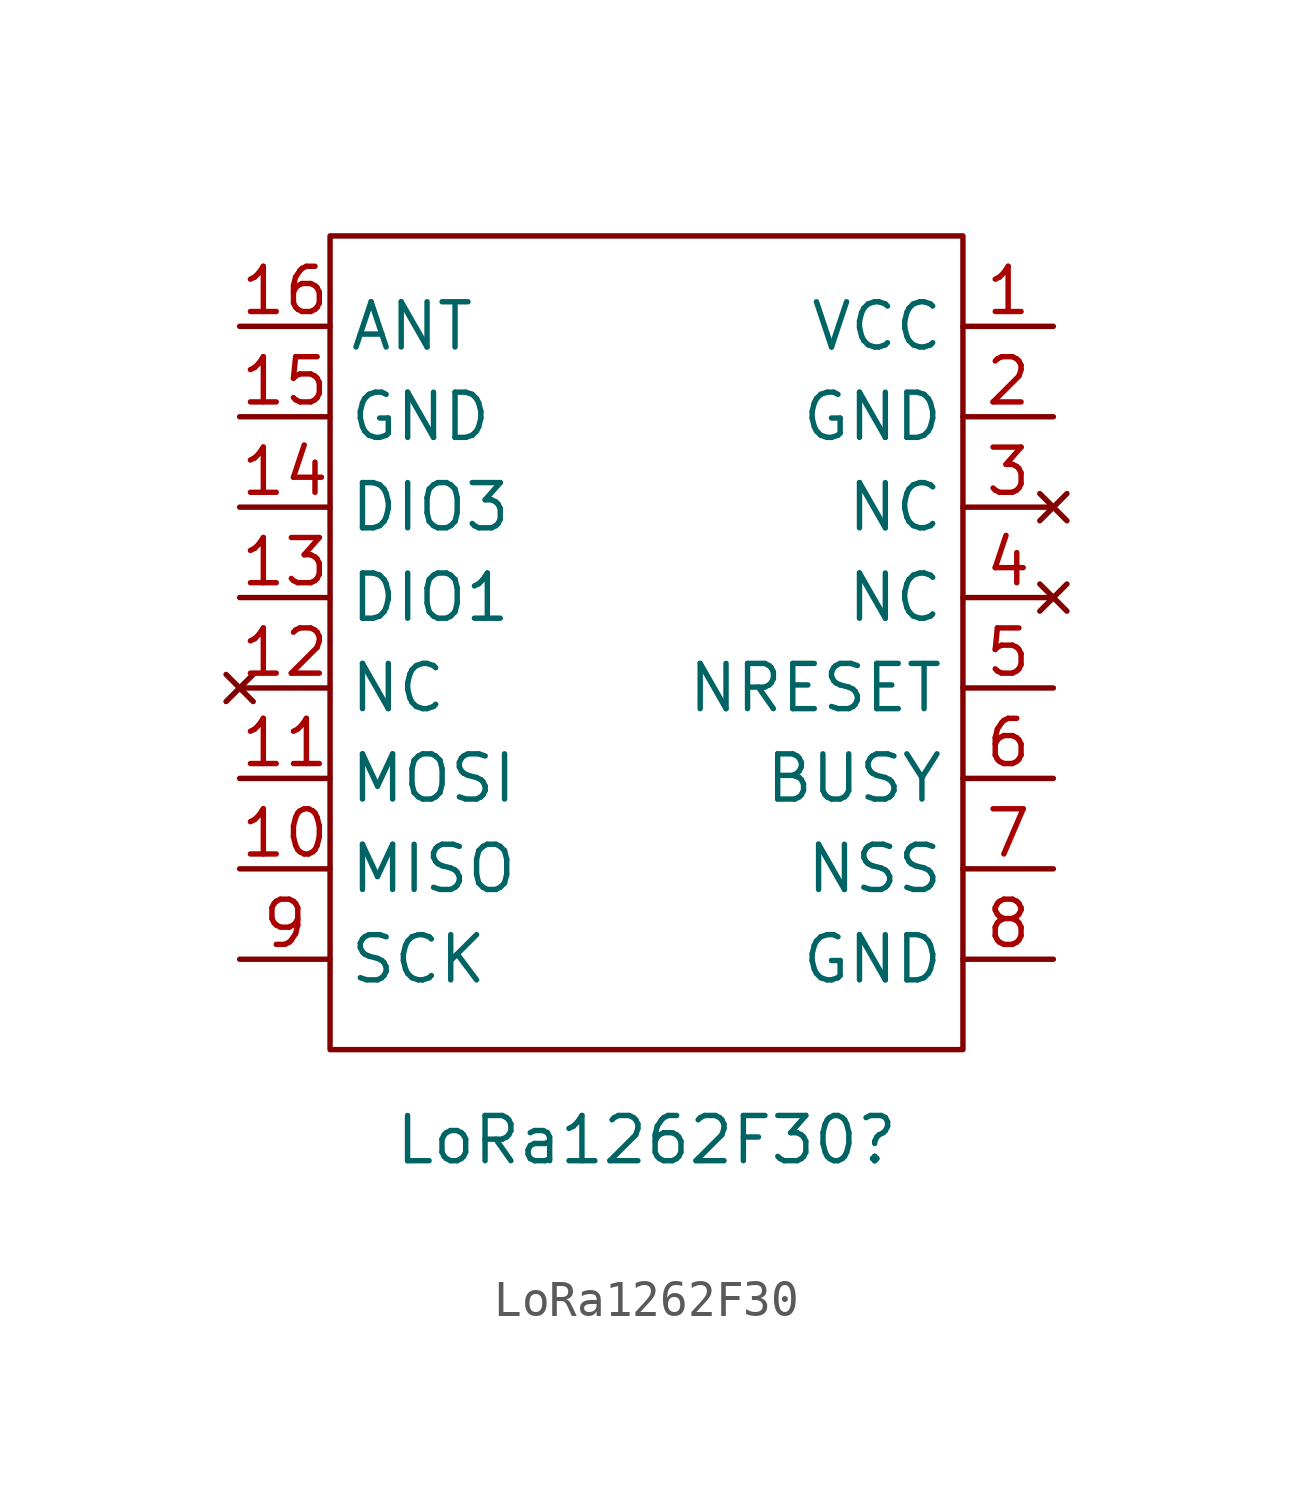
<source format=kicad_sym>
(kicad_symbol_lib
  (version 20231120)
  (generator "kicad_symbol_editor")
  (generator_version "8.0")
  (symbol "LoRa1262F30"
    (property "Reference" "LoRa1262F30"
      (at 0 -2.54 0)
      (effects (font (size 1.27 1.27))))
    (property "Value" ""
      (at 0 0 0)
      (effects (font (size 1.27 1.27))))
    (symbol "LoRa1262F30_0_1"
      (rectangle (start -8.89 22.86) (end 8.89 0) (stroke (width 0) (type default)) (fill (type none))))
    (symbol "LoRa1262F30_1_1"
      (pin power_in line (at 11.43 20.32 180) (length 2.54) (name "VCC" (effects (font (size 1.27 1.27)))) (number "1" (effects (font (size 1.27 1.27)))))
      (pin input line (at -11.43 5.08 0) (length 2.54) (name "MISO" (effects (font (size 1.27 1.27)))) (number "10" (effects (font (size 1.27 1.27)))))
      (pin input line (at -11.43 7.62 0) (length 2.54) (name "MOSI" (effects (font (size 1.27 1.27)))) (number "11" (effects (font (size 1.27 1.27)))))
      (pin no_connect line (at -11.43 10.16 0) (length 2.54) (name "NC" (effects (font (size 1.27 1.27)))) (number "12" (effects (font (size 1.27 1.27)))))
      (pin input line (at -11.43 12.7 0) (length 2.54) (name "DIO1" (effects (font (size 1.27 1.27)))) (number "13" (effects (font (size 1.27 1.27)))))
      (pin input line (at -11.43 15.24 0) (length 2.54) (name "DIO3" (effects (font (size 1.27 1.27)))) (number "14" (effects (font (size 1.27 1.27)))))
      (pin power_in line (at -11.43 17.78 0) (length 2.54) (name "GND" (effects (font (size 1.27 1.27)))) (number "15" (effects (font (size 1.27 1.27)))))
      (pin input line (at -11.43 20.32 0) (length 2.54) (name "ANT" (effects (font (size 1.27 1.27)))) (number "16" (effects (font (size 1.27 1.27)))))
      (pin power_in line (at 11.43 17.78 180) (length 2.54) (name "GND" (effects (font (size 1.27 1.27)))) (number "2" (effects (font (size 1.27 1.27)))))
      (pin no_connect line (at 11.43 15.24 180) (length 2.54) (name "NC" (effects (font (size 1.27 1.27)))) (number "3" (effects (font (size 1.27 1.27)))))
      (pin no_connect line (at 11.43 12.7 180) (length 2.54) (name "NC" (effects (font (size 1.27 1.27)))) (number "4" (effects (font (size 1.27 1.27)))))
      (pin input line (at 11.43 10.16 180) (length 2.54) (name "NRESET" (effects (font (size 1.27 1.27)))) (number "5" (effects (font (size 1.27 1.27)))))
      (pin input line (at 11.43 7.62 180) (length 2.54) (name "BUSY" (effects (font (size 1.27 1.27)))) (number "6" (effects (font (size 1.27 1.27)))))
      (pin input line (at 11.43 5.08 180) (length 2.54) (name "NSS" (effects (font (size 1.27 1.27)))) (number "7" (effects (font (size 1.27 1.27)))))
      (pin power_in line (at 11.43 2.54 180) (length 2.54) (name "GND" (effects (font (size 1.27 1.27)))) (number "8" (effects (font (size 1.27 1.27)))))
      (pin input line (at -11.43 2.54 0) (length 2.54) (name "SCK" (effects (font (size 1.27 1.27)))) (number "9" (effects (font (size 1.27 1.27))))))))
</source>
